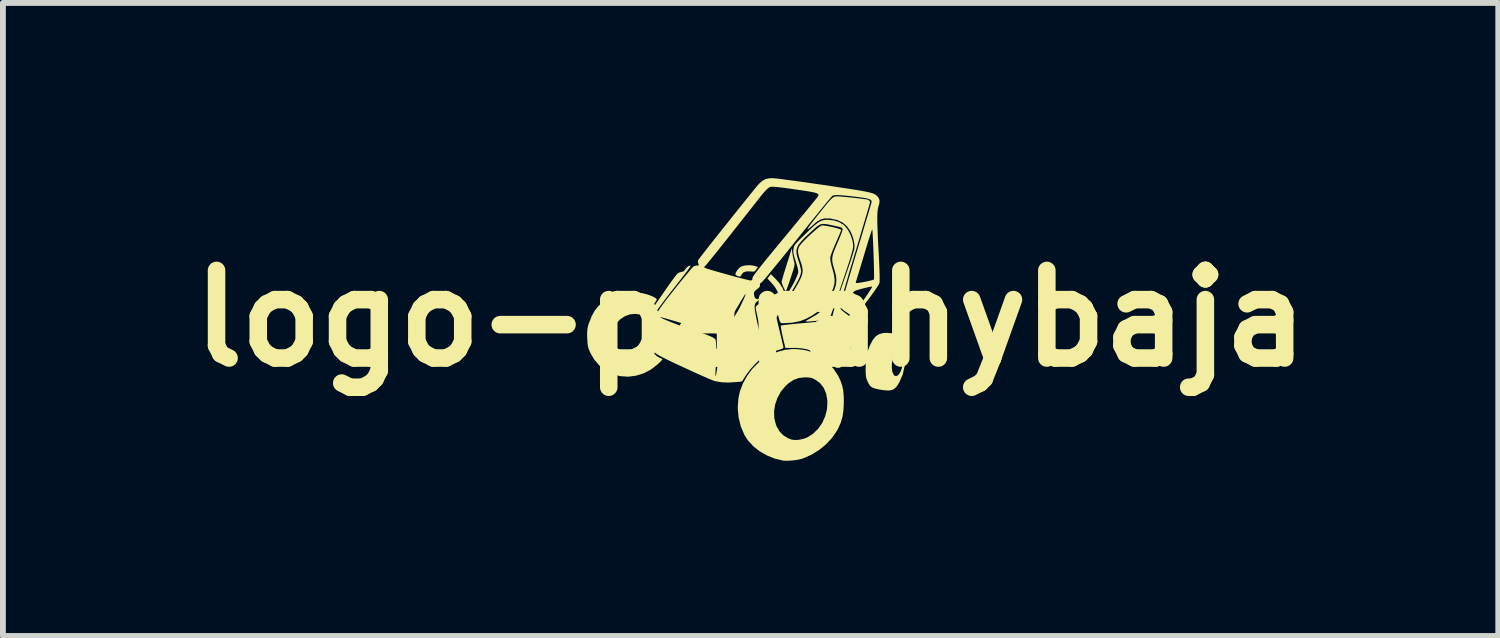
<source format=kicad_pcb>
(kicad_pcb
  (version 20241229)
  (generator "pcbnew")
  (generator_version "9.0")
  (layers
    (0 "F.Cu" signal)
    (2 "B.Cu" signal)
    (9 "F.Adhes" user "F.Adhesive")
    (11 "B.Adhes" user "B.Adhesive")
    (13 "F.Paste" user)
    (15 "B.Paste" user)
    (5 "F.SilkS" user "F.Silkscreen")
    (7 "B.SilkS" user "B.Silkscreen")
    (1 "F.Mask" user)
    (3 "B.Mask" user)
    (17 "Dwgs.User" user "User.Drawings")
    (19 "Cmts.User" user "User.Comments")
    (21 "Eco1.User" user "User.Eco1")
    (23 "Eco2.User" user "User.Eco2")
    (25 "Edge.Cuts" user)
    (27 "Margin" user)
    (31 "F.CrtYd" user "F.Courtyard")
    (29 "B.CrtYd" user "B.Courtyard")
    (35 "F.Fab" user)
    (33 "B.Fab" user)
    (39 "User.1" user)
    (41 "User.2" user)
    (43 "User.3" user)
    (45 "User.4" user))
  (footprint "logo-parahybaja"
    (layer "F.Cu")
    (at 9.8 2.401)
    (property "Reference" "logo-parahybaja" (at 0 0 0) (layer "F.SilkS") (effects (font (size 1.5 1.5) (thickness 0.3))))
    (attr board_only exclude_from_pos_files exclude_from_bom)
    (fp_poly (pts (xy 0.012 -0.909) (xy 0.07 -0.899) (xy 0.087 -0.894) (xy 0.125 -0.878) (xy 0.096 -0.837) (xy 0.077 -0.813) (xy 0.059 -0.802) (xy 0.03 -0.801) (xy -0.007 -0.805) (xy -0.076 -0.804) (xy -0.125 -0.786) (xy -0.155 -0.75) (xy -0.158 -0.741) (xy -0.17 -0.72) (xy -0.193 -0.716) (xy -0.23 -0.728) (xy -0.254 -0.744) (xy -0.261 -0.758) (xy -0.25 -0.791) (xy -0.225 -0.831) (xy -0.19 -0.867) (xy -0.162 -0.887) (xy -0.115 -0.903) (xy -0.053 -0.91)) (stroke (width 0) (type solid)) (fill yes) (layer "F.SilkS"))
    (fp_poly (pts (xy 0.421 -0.684) (xy 0.496 -0.6) (xy 0.548 -0.518) (xy 0.578 -0.439) (xy 0.584 -0.366) (xy 0.567 -0.3) (xy 0.525 -0.245) (xy 0.525 -0.244) (xy 0.483 -0.211) (xy 0.453 -0.2) (xy 0.433 -0.212) (xy 0.425 -0.228) (xy 0.414 -0.259) (xy 0.416 -0.278) (xy 0.433 -0.298) (xy 0.446 -0.31) (xy 0.473 -0.352) (xy 0.476 -0.406) (xy 0.457 -0.468) (xy 0.416 -0.538) (xy 0.357 -0.609) (xy 0.288 -0.682) (xy 0.317 -0.72) (xy 0.347 -0.757)) (stroke (width 0) (type solid)) (fill yes) (layer "F.SilkS"))
    (fp_poly (pts (xy 1.88 0.551) (xy 1.903 0.554) (xy 1.942 0.56) (xy 1.968 0.566) (xy 1.973 0.568) (xy 1.974 0.584) (xy 1.97 0.618) (xy 1.964 0.663) (xy 1.956 0.711) (xy 1.947 0.753) (xy 1.94 0.78) (xy 1.936 0.787) (xy 1.918 0.788) (xy 1.887 0.782) (xy 1.886 0.782) (xy 1.851 0.773) (xy 1.827 0.763) (xy 1.817 0.743) (xy 1.812 0.706) (xy 1.812 0.66) (xy 1.817 0.614) (xy 1.825 0.582) (xy 1.836 0.56) (xy 1.851 0.551)) (stroke (width 0) (type solid)) (fill yes) (layer "F.SilkS"))
    (fp_poly (pts (xy 0.714 -1.125) (xy 0.723 -1.067) (xy 0.736 -1.007) (xy 0.742 -0.984) (xy 0.748 -0.96) (xy 0.752 -0.938) (xy 0.751 -0.914) (xy 0.745 -0.883) (xy 0.734 -0.84) (xy 0.715 -0.782) (xy 0.689 -0.702) (xy 0.686 -0.693) (xy 0.661 -0.619) (xy 0.639 -0.556) (xy 0.621 -0.506) (xy 0.608 -0.475) (xy 0.603 -0.467) (xy 0.593 -0.478) (xy 0.576 -0.507) (xy 0.562 -0.536) (xy 0.544 -0.579) (xy 0.533 -0.614) (xy 0.531 -0.629) (xy 0.536 -0.651) (xy 0.548 -0.692) (xy 0.564 -0.748) (xy 0.581 -0.803) (xy 0.605 -0.88) (xy 0.631 -0.964) (xy 0.656 -1.041) (xy 0.667 -1.077) (xy 0.706 -1.201)) (stroke (width 0) (type solid)) (fill yes) (layer "F.SilkS"))
    (fp_poly (pts (xy 0.352 -0.3) (xy 0.37 -0.287) (xy 0.381 -0.257) (xy 0.383 -0.25) (xy 0.395 -0.206) (xy 0.41 -0.144) (xy 0.429 -0.069) (xy 0.449 0.014) (xy 0.47 0.103) (xy 0.491 0.191) (xy 0.512 0.276) (xy 0.53 0.353) (xy 0.545 0.418) (xy 0.556 0.467) (xy 0.562 0.496) (xy 0.563 0.501) (xy 0.551 0.514) (xy 0.52 0.528) (xy 0.497 0.534) (xy 0.446 0.55) (xy 0.388 0.572) (xy 0.359 0.584) (xy 0.317 0.602) (xy 0.286 0.614) (xy 0.274 0.618) (xy 0.266 0.605) (xy 0.255 0.572) (xy 0.242 0.523) (xy 0.234 0.491) (xy 0.221 0.435) (xy 0.205 0.363) (xy 0.186 0.28) (xy 0.166 0.191) (xy 0.146 0.101) (xy 0.128 0.016) (xy 0.111 -0.058) (xy 0.098 -0.118) (xy 0.09 -0.156) (xy 0.089 -0.16) (xy 0.087 -0.19) (xy 0.098 -0.213) (xy 0.126 -0.237) (xy 0.208 -0.282) (xy 0.297 -0.301) (xy 0.317 -0.302)) (stroke (width 0) (type solid)) (fill yes) (layer "F.SilkS"))
    (fp_poly (pts (xy -1.027 -0.903) (xy -1.031 -0.891) (xy -1.051 -0.861) (xy -1.085 -0.814) (xy -1.13 -0.754) (xy -1.185 -0.682) (xy -1.248 -0.602) (xy -1.293 -0.544) (xy -1.363 -0.456) (xy -1.43 -0.37) (xy -1.49 -0.291) (xy -1.541 -0.222) (xy -1.582 -0.166) (xy -1.609 -0.126) (xy -1.616 -0.113) (xy -1.655 -0.025) (xy -1.684 0.07) (xy -1.7 0.16) (xy -1.702 0.198) (xy -1.705 0.241) (xy -1.719 0.26) (xy -1.744 0.254) (xy -1.774 0.233) (xy -1.806 0.195) (xy -1.829 0.145) (xy -1.837 0.095) (xy -1.835 0.078) (xy -1.826 0.059) (xy -1.803 0.022) (xy -1.769 -0.032) (xy -1.725 -0.098) (xy -1.674 -0.174) (xy -1.618 -0.257) (xy -1.559 -0.342) (xy -1.499 -0.428) (xy -1.442 -0.511) (xy -1.388 -0.587) (xy -1.34 -0.654) (xy -1.3 -0.708) (xy -1.27 -0.746) (xy -1.254 -0.765) (xy -1.219 -0.787) (xy -1.182 -0.796) (xy -1.148 -0.805) (xy -1.121 -0.837) (xy -1.091 -0.874) (xy -1.058 -0.898) (xy -1.028 -0.903)) (stroke (width 0) (type solid)) (fill yes) (layer "F.SilkS"))
    (fp_poly (pts (xy 2.426 0.255) (xy 2.505 0.279) (xy 2.565 0.32) (xy 2.609 0.381) (xy 2.637 0.462) (xy 2.65 0.566) (xy 2.652 0.645) (xy 2.639 0.808) (xy 2.605 0.956) (xy 2.55 1.086) (xy 2.51 1.153) (xy 2.471 1.197) (xy 2.429 1.223) (xy 2.377 1.233) (xy 2.349 1.234) (xy 2.29 1.23) (xy 2.224 1.221) (xy 2.185 1.213) (xy 2.122 1.198) (xy 2.078 1.181) (xy 2.048 1.157) (xy 2.024 1.123) (xy 2.006 1.086) (xy 1.99 1.049) (xy 1.979 1.015) (xy 1.973 0.976) (xy 1.97 0.926) (xy 1.969 0.856) (xy 1.969 0.851) (xy 1.97 0.845) (xy 2.417 0.845) (xy 2.425 0.908) (xy 2.442 0.954) (xy 2.465 0.982) (xy 2.494 0.988) (xy 2.527 0.97) (xy 2.531 0.966) (xy 2.564 0.919) (xy 2.588 0.857) (xy 2.602 0.787) (xy 2.606 0.715) (xy 2.6 0.649) (xy 2.583 0.594) (xy 2.559 0.563) (xy 2.532 0.554) (xy 2.502 0.569) (xy 2.474 0.603) (xy 2.448 0.651) (xy 2.429 0.71) (xy 2.419 0.77) (xy 2.417 0.845) (xy 1.97 0.845) (xy 1.972 0.743) (xy 1.983 0.653) (xy 2.002 0.57) (xy 2.033 0.487) (xy 2.047 0.453) (xy 2.092 0.368) (xy 2.141 0.308) (xy 2.198 0.27) (xy 2.268 0.251) (xy 2.329 0.247)) (stroke (width 0) (type solid)) (fill yes) (layer "F.SilkS"))
    (fp_poly (pts (xy 1.261 -1.589) (xy 1.312 -1.581) (xy 1.37 -1.57) (xy 1.428 -1.557) (xy 1.482 -1.543) (xy 1.523 -1.53) (xy 1.547 -1.52) (xy 1.551 -1.516) (xy 1.545 -1.498) (xy 1.53 -1.459) (xy 1.508 -1.406) (xy 1.48 -1.341) (xy 1.462 -1.301) (xy 1.431 -1.228) (xy 1.403 -1.161) (xy 1.381 -1.103) (xy 1.368 -1.062) (xy 1.365 -1.049) (xy 1.364 -1.011) (xy 1.371 -0.962) (xy 1.387 -0.895) (xy 1.4 -0.851) (xy 1.426 -0.754) (xy 1.438 -0.673) (xy 1.436 -0.601) (xy 1.419 -0.529) (xy 1.387 -0.449) (xy 1.375 -0.422) (xy 1.322 -0.32) (xy 1.269 -0.238) (xy 1.211 -0.169) (xy 1.143 -0.11) (xy 1.06 -0.054) (xy 0.956 0.003) (xy 0.951 0.006) (xy 0.844 0.047) (xy 0.715 0.073) (xy 0.564 0.082) (xy 0.56 0.082) (xy 0.53 0.081) (xy 0.512 0.072) (xy 0.5 0.05) (xy 0.488 0.01) (xy 0.469 -0.06) (xy 0.459 -0.109) (xy 0.457 -0.142) (xy 0.464 -0.163) (xy 0.479 -0.177) (xy 0.489 -0.183) (xy 0.543 -0.22) (xy 0.6 -0.276) (xy 0.66 -0.353) (xy 0.726 -0.452) (xy 0.768 -0.521) (xy 0.818 -0.609) (xy 0.855 -0.68) (xy 0.878 -0.738) (xy 0.89 -0.789) (xy 0.89 -0.839) (xy 0.881 -0.892) (xy 0.862 -0.955) (xy 0.852 -0.984) (xy 0.828 -1.057) (xy 0.815 -1.112) (xy 0.811 -1.155) (xy 0.817 -1.192) (xy 0.828 -1.225) (xy 0.846 -1.252) (xy 0.879 -1.292) (xy 0.924 -1.339) (xy 0.977 -1.391) (xy 1.033 -1.444) (xy 1.089 -1.494) (xy 1.14 -1.538) (xy 1.183 -1.57) (xy 1.213 -1.589) (xy 1.223 -1.592)) (stroke (width 0) (type solid)) (fill yes) (layer "F.SilkS"))
    (fp_poly (pts (xy -1.956 -0.448) (xy -1.854 -0.432) (xy -1.788 -0.416) (xy -1.724 -0.395) (xy -1.67 -0.372) (xy -1.629 -0.35) (xy -1.608 -0.33) (xy -1.606 -0.324) (xy -1.613 -0.309) (xy -1.632 -0.277) (xy -1.66 -0.234) (xy -1.692 -0.185) (xy -1.725 -0.136) (xy -1.755 -0.092) (xy -1.779 -0.059) (xy -1.791 -0.044) (xy -1.805 -0.045) (xy -1.838 -0.053) (xy -1.874 -0.063) (xy -1.972 -0.078) (xy -2.067 -0.069) (xy -2.155 -0.036) (xy -2.234 0.016) (xy -2.299 0.086) (xy -2.348 0.172) (xy -2.378 0.27) (xy -2.385 0.324) (xy -2.38 0.433) (xy -2.352 0.529) (xy -2.302 0.61) (xy -2.23 0.676) (xy -2.179 0.705) (xy -2.089 0.736) (xy -1.997 0.74) (xy -1.905 0.718) (xy -1.815 0.669) (xy -1.764 0.629) (xy -1.686 0.559) (xy -1.645 0.608) (xy -1.609 0.643) (xy -1.568 0.669) (xy -1.557 0.674) (xy -1.526 0.688) (xy -1.51 0.7) (xy -1.509 0.701) (xy -1.519 0.714) (xy -1.544 0.741) (xy -1.581 0.776) (xy -1.598 0.792) (xy -1.709 0.877) (xy -1.833 0.941) (xy -1.964 0.981) (xy -2.099 0.998) (xy -2.233 0.988) (xy -2.237 0.988) (xy -2.366 0.951) (xy -2.484 0.891) (xy -2.588 0.808) (xy -2.676 0.705) (xy -2.741 0.595) (xy -2.763 0.545) (xy -2.778 0.505) (xy -2.787 0.464) (xy -2.793 0.415) (xy -2.796 0.349) (xy -2.797 0.337) (xy -2.799 0.266) (xy -2.797 0.213) (xy -2.792 0.169) (xy -2.782 0.126) (xy -2.768 0.082) (xy -2.722 -0.035) (xy -2.67 -0.131) (xy -2.607 -0.21) (xy -2.529 -0.277) (xy -2.43 -0.339) (xy -2.379 -0.366) (xy -2.312 -0.398) (xy -2.262 -0.421) (xy -2.222 -0.435) (xy -2.184 -0.443) (xy -2.141 -0.448) (xy -2.096 -0.45)) (stroke (width 0) (type solid)) (fill yes) (layer "F.SilkS"))
    (fp_poly (pts (xy 0.796 0.526) (xy 0.921 0.541) (xy 1.032 0.571) (xy 1.137 0.621) (xy 1.201 0.66) (xy 1.317 0.752) (xy 1.416 0.857) (xy 1.492 0.971) (xy 1.498 0.982) (xy 1.539 1.067) (xy 1.567 1.147) (xy 1.585 1.231) (xy 1.594 1.327) (xy 1.596 1.434) (xy 1.59 1.568) (xy 1.573 1.683) (xy 1.542 1.789) (xy 1.495 1.893) (xy 1.479 1.921) (xy 1.398 2.041) (xy 1.295 2.152) (xy 1.175 2.251) (xy 1.045 2.332) (xy 0.908 2.393) (xy 0.867 2.406) (xy 0.807 2.42) (xy 0.735 2.43) (xy 0.66 2.436) (xy 0.593 2.437) (xy 0.556 2.434) (xy 0.414 2.4) (xy 0.279 2.346) (xy 0.155 2.275) (xy 0.045 2.188) (xy -0.045 2.09) (xy -0.105 1.997) (xy -0.168 1.849) (xy -0.206 1.692) (xy -0.215 1.592) (xy 0.402 1.592) (xy 0.406 1.708) (xy 0.433 1.817) (xy 0.446 1.849) (xy 0.497 1.937) (xy 0.562 2.003) (xy 0.645 2.053) (xy 0.7 2.074) (xy 0.756 2.082) (xy 0.826 2.078) (xy 0.9 2.063) (xy 0.968 2.038) (xy 0.972 2.036) (xy 1.071 1.973) (xy 1.157 1.889) (xy 1.227 1.788) (xy 1.277 1.675) (xy 1.308 1.554) (xy 1.315 1.428) (xy 1.313 1.399) (xy 1.293 1.285) (xy 1.251 1.188) (xy 1.19 1.109) (xy 1.109 1.049) (xy 1.108 1.049) (xy 1.064 1.027) (xy 1.024 1.015) (xy 0.976 1.01) (xy 0.933 1.009) (xy 0.831 1.019) (xy 0.739 1.051) (xy 0.653 1.107) (xy 0.598 1.157) (xy 0.519 1.252) (xy 0.46 1.36) (xy 0.42 1.474) (xy 0.402 1.592) (xy -0.215 1.592) (xy -0.22 1.531) (xy -0.209 1.37) (xy -0.183 1.249) (xy -0.132 1.114) (xy -0.06 0.984) (xy 0.029 0.864) (xy 0.132 0.759) (xy 0.244 0.674) (xy 0.316 0.633) (xy 0.455 0.574) (xy 0.588 0.538) (xy 0.719 0.524)) (stroke (width 0) (type solid)) (fill yes) (layer "F.SilkS"))
    (fp_poly (pts (xy 1.519 -2.088) (xy 1.577 -2.083) (xy 1.647 -2.077) (xy 1.724 -2.069) (xy 1.801 -2.061) (xy 1.875 -2.052) (xy 1.938 -2.044) (xy 1.985 -2.037) (xy 2.012 -2.031) (xy 2.014 -2.03) (xy 2.038 -2.011) (xy 2.045 -1.992) (xy 2.041 -1.975) (xy 2.03 -1.934) (xy 2.012 -1.87) (xy 1.988 -1.788) (xy 1.958 -1.688) (xy 1.924 -1.574) (xy 1.886 -1.446) (xy 1.845 -1.308) (xy 1.801 -1.162) (xy 1.783 -1.103) (xy 1.734 -0.939) (xy 1.688 -0.787) (xy 1.648 -0.648) (xy 1.612 -0.524) (xy 1.581 -0.417) (xy 1.557 -0.33) (xy 1.539 -0.263) (xy 1.529 -0.218) (xy 1.526 -0.199) (xy 1.533 -0.174) (xy 1.551 -0.149) (xy 1.585 -0.119) (xy 1.623 -0.09) (xy 1.668 -0.055) (xy 1.692 -0.033) (xy 1.699 -0.019) (xy 1.691 -0.013) (xy 1.664 -0.007) (xy 1.62 -0.001) (xy 1.567 0.004) (xy 1.512 0.007) (xy 1.463 0.009) (xy 1.426 0.009) (xy 1.41 0.005) (xy 1.404 -0.005) (xy 1.402 -0.022) (xy 1.404 -0.048) (xy 1.412 -0.084) (xy 1.425 -0.133) (xy 1.444 -0.197) (xy 1.47 -0.278) (xy 1.503 -0.376) (xy 1.544 -0.496) (xy 1.593 -0.637) (xy 1.637 -0.763) (xy 1.671 -0.862) (xy 1.703 -0.955) (xy 1.731 -1.039) (xy 1.753 -1.11) (xy 1.769 -1.163) (xy 1.777 -1.195) (xy 1.777 -1.197) (xy 1.778 -1.265) (xy 1.764 -1.346) (xy 1.737 -1.43) (xy 1.705 -1.499) (xy 1.647 -1.581) (xy 1.573 -1.643) (xy 1.481 -1.685) (xy 1.37 -1.709) (xy 1.35 -1.711) (xy 1.27 -1.712) (xy 1.201 -1.695) (xy 1.137 -1.658) (xy 1.091 -1.62) (xy 1.038 -1.572) (xy 1.001 -1.541) (xy 0.98 -1.527) (xy 0.975 -1.53) (xy 0.986 -1.552) (xy 1.014 -1.592) (xy 1.06 -1.652) (xy 1.122 -1.732) (xy 1.171 -1.793) (xy 1.241 -1.881) (xy 1.296 -1.949) (xy 1.34 -2.001) (xy 1.374 -2.038) (xy 1.401 -2.063) (xy 1.424 -2.078) (xy 1.444 -2.086) (xy 1.464 -2.089) (xy 1.478 -2.089)) (stroke (width 0) (type solid)) (fill yes) (layer "F.SilkS"))
    (fp_poly (pts (xy 1.421 -1.678) (xy 1.513 -1.649) (xy 1.59 -1.603) (xy 1.615 -1.581) (xy 1.666 -1.516) (xy 1.71 -1.433) (xy 1.741 -1.344) (xy 1.754 -1.266) (xy 1.755 -1.245) (xy 1.754 -1.223) (xy 1.751 -1.197) (xy 1.745 -1.166) (xy 1.735 -1.127) (xy 1.72 -1.076) (xy 1.701 -1.012) (xy 1.675 -0.932) (xy 1.642 -0.833) (xy 1.602 -0.713) (xy 1.564 -0.601) (xy 1.523 -0.48) (xy 1.484 -0.366) (xy 1.448 -0.263) (xy 1.416 -0.173) (xy 1.389 -0.099) (xy 1.368 -0.043) (xy 1.354 -0.009) (xy 1.349 0.001) (xy 1.332 0.012) (xy 1.298 0.022) (xy 1.244 0.03) (xy 1.166 0.038) (xy 1.156 0.039) (xy 1.07 0.047) (xy 1.008 0.052) (xy 0.969 0.054) (xy 0.948 0.052) (xy 0.944 0.047) (xy 0.953 0.039) (xy 0.974 0.026) (xy 0.978 0.024) (xy 1.017 0.001) (xy 1.068 -0.029) (xy 1.114 -0.055) (xy 1.178 -0.099) (xy 1.237 -0.155) (xy 1.293 -0.228) (xy 1.35 -0.321) (xy 1.389 -0.395) (xy 1.433 -0.489) (xy 1.459 -0.57) (xy 1.469 -0.646) (xy 1.463 -0.723) (xy 1.442 -0.809) (xy 1.433 -0.838) (xy 1.413 -0.907) (xy 1.4 -0.964) (xy 1.397 -1.017) (xy 1.403 -1.07) (xy 1.42 -1.131) (xy 1.448 -1.203) (xy 1.488 -1.295) (xy 1.488 -1.295) (xy 1.519 -1.366) (xy 1.544 -1.43) (xy 1.564 -1.482) (xy 1.574 -1.517) (xy 1.575 -1.529) (xy 1.57 -1.542) (xy 1.556 -1.553) (xy 1.528 -1.564) (xy 1.481 -1.576) (xy 1.427 -1.588) (xy 1.349 -1.604) (xy 1.289 -1.615) (xy 1.242 -1.618) (xy 1.203 -1.612) (xy 1.165 -1.595) (xy 1.124 -1.564) (xy 1.073 -1.52) (xy 1.008 -1.459) (xy 1.003 -1.454) (xy 0.923 -1.378) (xy 0.863 -1.314) (xy 0.82 -1.26) (xy 0.795 -1.21) (xy 0.784 -1.16) (xy 0.786 -1.107) (xy 0.8 -1.045) (xy 0.824 -0.975) (xy 0.842 -0.916) (xy 0.857 -0.859) (xy 0.864 -0.816) (xy 0.865 -0.806) (xy 0.859 -0.766) (xy 0.842 -0.714) (xy 0.811 -0.648) (xy 0.766 -0.566) (xy 0.706 -0.465) (xy 0.695 -0.446) (xy 0.658 -0.388) (xy 0.633 -0.351) (xy 0.617 -0.333) (xy 0.609 -0.333) (xy 0.606 -0.341) (xy 0.612 -0.371) (xy 0.633 -0.419) (xy 0.669 -0.483) (xy 0.671 -0.487) (xy 0.725 -0.58) (xy 0.769 -0.666) (xy 0.801 -0.741) (xy 0.815 -0.786) (xy 0.815 -0.818) (xy 0.805 -0.871) (xy 0.783 -0.945) (xy 0.775 -0.97) (xy 0.752 -1.04) (xy 0.739 -1.092) (xy 0.732 -1.132) (xy 0.732 -1.169) (xy 0.734 -1.186) (xy 0.738 -1.212) (xy 0.744 -1.233) (xy 0.756 -1.255) (xy 0.775 -1.281) (xy 0.806 -1.315) (xy 0.849 -1.359) (xy 0.91 -1.419) (xy 0.924 -1.432) (xy 1.005 -1.51) (xy 1.07 -1.571) (xy 1.123 -1.616) (xy 1.167 -1.648) (xy 1.206 -1.669) (xy 1.243 -1.681) (xy 1.281 -1.687) (xy 1.32 -1.688)) (stroke (width 0) (type solid)) (fill yes) (layer "F.SilkS"))
    (fp_poly (pts (xy 0.399 -2.399) (xy 0.452 -2.394) (xy 0.527 -2.385) (xy 0.621 -2.372) (xy 0.731 -2.358) (xy 0.855 -2.341) (xy 0.99 -2.322) (xy 1.133 -2.301) (xy 1.252 -2.284) (xy 1.427 -2.258) (xy 1.577 -2.235) (xy 1.704 -2.216) (xy 1.81 -2.199) (xy 1.898 -2.184) (xy 1.969 -2.171) (xy 2.025 -2.159) (xy 2.069 -2.147) (xy 2.103 -2.136) (xy 2.128 -2.124) (xy 2.148 -2.112) (xy 2.163 -2.098) (xy 2.177 -2.082) (xy 2.181 -2.077) (xy 2.2 -2.046) (xy 2.208 -2.012) (xy 2.203 -1.968) (xy 2.188 -1.914) (xy 2.18 -1.884) (xy 2.175 -1.848) (xy 2.171 -1.802) (xy 2.169 -1.744) (xy 2.169 -1.673) (xy 2.171 -1.585) (xy 2.175 -1.479) (xy 2.18 -1.351) (xy 2.188 -1.2) (xy 2.194 -1.098) (xy 2.201 -0.952) (xy 2.206 -0.83) (xy 2.209 -0.733) (xy 2.209 -0.662) (xy 2.208 -0.617) (xy 2.205 -0.605) (xy 2.193 -0.578) (xy 2.164 -0.533) (xy 2.122 -0.471) (xy 2.067 -0.395) (xy 2.002 -0.308) (xy 1.929 -0.211) (xy 1.865 -0.129) (xy 1.861 -0.107) (xy 1.868 -0.074) (xy 1.871 -0.06) (xy 1.871 -0.04) (xy 1.868 -0.013) (xy 1.859 0.025) (xy 1.845 0.078) (xy 1.824 0.147) (xy 1.796 0.237) (xy 1.763 0.343) (xy 1.731 0.442) (xy 1.701 0.535) (xy 1.673 0.617) (xy 1.649 0.685) (xy 1.63 0.735) (xy 1.618 0.763) (xy 1.616 0.765) (xy 1.574 0.817) (xy 1.525 0.844) (xy 1.473 0.846) (xy 1.424 0.823) (xy 1.399 0.8) (xy 1.298 0.704) (xy 1.181 0.622) (xy 1.054 0.559) (xy 0.961 0.528) (xy 0.885 0.514) (xy 0.792 0.506) (xy 0.733 0.505) (xy 0.595 0.505) (xy 0.551 0.319) (xy 0.536 0.251) (xy 0.525 0.192) (xy 0.518 0.149) (xy 0.517 0.126) (xy 0.518 0.123) (xy 0.528 0.12) (xy 0.551 0.116) (xy 0.59 0.111) (xy 0.646 0.105) (xy 0.721 0.097) (xy 0.815 0.088) (xy 0.932 0.078) (xy 1.071 0.065) (xy 1.235 0.051) (xy 1.364 0.04) (xy 1.479 0.03) (xy 1.569 0.021) (xy 1.637 0.012) (xy 1.686 0.004) (xy 1.718 -0.004) (xy 1.736 -0.013) (xy 1.743 -0.024) (xy 1.743 -0.026) (xy 1.732 -0.038) (xy 1.704 -0.061) (xy 1.663 -0.09) (xy 1.647 -0.101) (xy 1.599 -0.133) (xy 1.571 -0.157) (xy 1.556 -0.177) (xy 1.551 -0.198) (xy 1.551 -0.212) (xy 1.555 -0.233) (xy 1.562 -0.261) (xy 1.703 -0.261) (xy 1.708 -0.226) (xy 1.725 -0.2) (xy 1.753 -0.176) (xy 1.788 -0.154) (xy 1.81 -0.149) (xy 1.82 -0.155) (xy 1.833 -0.172) (xy 1.858 -0.207) (xy 1.893 -0.256) (xy 1.934 -0.315) (xy 1.962 -0.355) (xy 2.004 -0.416) (xy 2.039 -0.47) (xy 2.065 -0.512) (xy 2.08 -0.538) (xy 2.082 -0.544) (xy 2.066 -0.544) (xy 2.031 -0.538) (xy 1.982 -0.527) (xy 1.96 -0.522) (xy 1.884 -0.502) (xy 1.829 -0.487) (xy 1.792 -0.474) (xy 1.768 -0.459) (xy 1.753 -0.44) (xy 1.742 -0.415) (xy 1.731 -0.379) (xy 1.729 -0.375) (xy 1.71 -0.308) (xy 1.703 -0.261) (xy 1.562 -0.261) (xy 1.566 -0.278) (xy 1.584 -0.344) (xy 1.608 -0.43) (xy 1.637 -0.533) (xy 1.66 -0.612) (xy 1.801 -0.612) (xy 1.809 -0.606) (xy 1.832 -0.606) (xy 1.871 -0.611) (xy 1.932 -0.622) (xy 1.973 -0.63) (xy 2.03 -0.642) (xy 2.076 -0.654) (xy 2.105 -0.663) (xy 2.112 -0.667) (xy 2.113 -0.682) (xy 2.114 -0.721) (xy 2.113 -0.779) (xy 2.112 -0.853) (xy 2.11 -0.937) (xy 2.107 -1.029) (xy 2.104 -1.123) (xy 2.1 -1.216) (xy 2.097 -1.304) (xy 2.093 -1.383) (xy 2.089 -1.449) (xy 2.086 -1.497) (xy 2.083 -1.523) (xy 2.082 -1.526) (xy 2.078 -1.517) (xy 2.066 -1.484) (xy 2.048 -1.431) (xy 2.026 -1.36) (xy 1.999 -1.274) (xy 1.969 -1.176) (xy 1.944 -1.09) (xy 1.912 -0.984) (xy 1.882 -0.885) (xy 1.855 -0.797) (xy 1.833 -0.724) (xy 1.816 -0.668) (xy 1.805 -0.633) (xy 1.802 -0.623) (xy 1.801 -0.612) (xy 1.66 -0.612) (xy 1.671 -0.65) (xy 1.71 -0.779) (xy 1.751 -0.919) (xy 1.795 -1.066) (xy 1.811 -1.119) (xy 1.856 -1.267) (xy 1.899 -1.408) (xy 1.938 -1.539) (xy 1.973 -1.658) (xy 2.005 -1.762) (xy 2.031 -1.85) (xy 2.051 -1.919) (xy 2.065 -1.968) (xy 2.071 -1.993) (xy 2.072 -1.996) (xy 2.068 -2.015) (xy 2.054 -2.031) (xy 2.026 -2.044) (xy 1.982 -2.056) (xy 1.918 -2.067) (xy 1.832 -2.079) (xy 1.777 -2.085) (xy 1.67 -2.097) (xy 1.587 -2.105) (xy 1.524 -2.11) (xy 1.477 -2.112) (xy 1.444 -2.11) (xy 1.42 -2.106) (xy 1.401 -2.098) (xy 1.398 -2.096) (xy 1.385 -2.083) (xy 1.356 -2.049) (xy 1.313 -1.998) (xy 1.258 -1.931) (xy 1.192 -1.85) (xy 1.116 -1.756) (xy 1.031 -1.652) (xy 0.941 -1.538) (xy 0.845 -1.418) (xy 0.798 -1.359) (xy 0.7 -1.236) (xy 0.606 -1.119) (xy 0.518 -1.01) (xy 0.437 -0.911) (xy 0.365 -0.823) (xy 0.303 -0.748) (xy 0.253 -0.688) (xy 0.216 -0.646) (xy 0.194 -0.622) (xy 0.189 -0.618) (xy 0.162 -0.596) (xy 0.159 -0.57) (xy 0.159 -0.569) (xy 0.158 -0.546) (xy 0.139 -0.523) (xy 0.111 -0.501) (xy 0.071 -0.467) (xy 0.055 -0.43) (xy 0.062 -0.384) (xy 0.068 -0.365) (xy 0.088 -0.337) (xy 0.12 -0.329) (xy 0.158 -0.328) (xy 0.121 -0.298) (xy 0.101 -0.281) (xy 0.086 -0.264) (xy 0.075 -0.243) (xy 0.07 -0.217) (xy 0.069 -0.182) (xy 0.074 -0.135) (xy 0.085 -0.073) (xy 0.1 0.007) (xy 0.122 0.108) (xy 0.145 0.214) (xy 0.167 0.316) (xy 0.188 0.41) (xy 0.207 0.491) (xy 0.222 0.557) (xy 0.233 0.604) (xy 0.239 0.629) (xy 0.24 0.631) (xy 0.234 0.644) (xy 0.21 0.666) (xy 0.193 0.679) (xy 0.133 0.727) (xy 0.067 0.792) (xy 0.001 0.866) (xy -0.059 0.943) (xy -0.086 0.983) (xy -0.148 1.08) (xy -0.234 1.089) (xy -0.378 1.098) (xy -0.502 1.093) (xy -0.607 1.074) (xy -0.638 1.064) (xy -0.673 1.05) (xy -0.73 1.027) (xy -0.804 0.994) (xy -0.892 0.955) (xy -0.99 0.911) (xy -1.094 0.863) (xy -1.172 0.827) (xy -1.299 0.768) (xy -1.403 0.718) (xy -1.486 0.677) (xy -1.549 0.645) (xy -1.594 0.619) (xy -1.623 0.6) (xy -1.639 0.585) (xy -1.649 0.568) (xy -1.657 0.548) (xy -1.663 0.52) (xy -1.667 0.479) (xy -1.669 0.421) (xy -1.671 0.341) (xy -1.672 0.324) (xy -1.673 0.244) (xy -1.672 0.175) (xy -1.668 0.113) (xy -1.659 0.057) (xy -1.644 0.003) (xy -1.633 -0.023) (xy -1.546 -0.023) (xy -1.538 -0.014) (xy -1.508 0.002) (xy -1.46 0.024) (xy -1.396 0.051) (xy -1.322 0.08) (xy -1.239 0.111) (xy -1.153 0.142) (xy -1.083 0.166) (xy -0.952 0.209) (xy -0.846 0.246) (xy -0.762 0.276) (xy -0.698 0.302) (xy -0.652 0.323) (xy -0.621 0.341) (xy -0.605 0.356) (xy -0.602 0.36) (xy -0.596 0.386) (xy -0.591 0.435) (xy -0.589 0.502) (xy -0.588 0.582) (xy -0.589 0.671) (xy -0.593 0.764) (xy -0.598 0.857) (xy -0.599 0.871) (xy -0.602 0.935) (xy -0.603 0.973) (xy -0.6 0.987) (xy -0.595 0.977) (xy -0.587 0.944) (xy -0.578 0.891) (xy -0.567 0.818) (xy -0.554 0.727) (xy -0.548 0.673) (xy -0.534 0.565) (xy -0.521 0.478) (xy -0.508 0.408) (xy -0.493 0.35) (xy -0.474 0.297) (xy -0.45 0.246) (xy -0.418 0.191) (xy -0.377 0.127) (xy -0.356 0.094) (xy -0.314 0.029) (xy -0.272 -0.038) (xy -0.236 -0.098) (xy -0.212 -0.138) (xy -0.184 -0.19) (xy -0.156 -0.248) (xy -0.129 -0.304) (xy -0.107 -0.355) (xy -0.091 -0.395) (xy -0.086 -0.417) (xy -0.086 -0.42) (xy -0.095 -0.411) (xy -0.114 -0.382) (xy -0.142 -0.337) (xy -0.176 -0.281) (xy -0.19 -0.255) (xy -0.239 -0.172) (xy -0.29 -0.088) (xy -0.34 -0.007) (xy -0.389 0.068) (xy -0.432 0.133) (xy -0.468 0.185) (xy -0.494 0.219) (xy -0.505 0.23) (xy -0.52 0.239) (xy -0.54 0.245) (xy -0.567 0.246) (xy -0.604 0.242) (xy -0.651 0.234) (xy -0.713 0.219) (xy -0.791 0.198) (xy -0.888 0.17) (xy -1.005 0.136) (xy -1.146 0.093) (xy -1.184 0.081) (xy -1.278 0.052) (xy -1.363 0.027) (xy -1.436 0.006) (xy -1.493 -0.01) (xy -1.53 -0.02) (xy -1.546 -0.023) (xy -1.546 -0.023) (xy -1.633 -0.023) (xy -1.621 -0.052) (xy -1.59 -0.111) (xy -1.548 -0.177) (xy -1.494 -0.252) (xy -1.427 -0.341) (xy -1.345 -0.445) (xy -1.259 -0.553) (xy -1.193 -0.635) (xy -1.132 -0.71) (xy -1.077 -0.776) (xy -1.032 -0.83) (xy -0.998 -0.869) (xy -0.988 -0.879) (xy -0.796 -0.879) (xy -0.793 -0.873) (xy -0.783 -0.867) (xy -0.763 -0.858) (xy -0.731 -0.847) (xy -0.685 -0.833) (xy -0.621 -0.814) (xy -0.539 -0.79) (xy -0.434 -0.761) (xy -0.316 -0.728) (xy -0.229 -0.704) (xy -0.149 -0.684) (xy -0.082 -0.667) (xy -0.03 -0.655) (xy 0.001 -0.649) (xy 0.007 -0.649) (xy 0.027 -0.659) (xy 0.031 -0.686) (xy 0.031 -0.686) (xy 0.033 -0.697) (xy 0.042 -0.715) (xy 0.06 -0.743) (xy 0.087 -0.78) (xy 0.124 -0.829) (xy 0.173 -0.891) (xy 0.234 -0.968) (xy 0.309 -1.06) (xy 0.399 -1.17) (xy 0.505 -1.298) (xy 0.578 -1.386) (xy 0.675 -1.503) (xy 0.767 -1.615) (xy 0.853 -1.72) (xy 0.932 -1.815) (xy 1 -1.898) (xy 1.058 -1.969) (xy 1.103 -2.024) (xy 1.134 -2.062) (xy 1.149 -2.082) (xy 1.15 -2.083) (xy 1.16 -2.101) (xy 1.162 -2.116) (xy 1.155 -2.129) (xy 1.135 -2.141) (xy 1.101 -2.153) (xy 1.049 -2.164) (xy 0.978 -2.177) (xy 0.884 -2.191) (xy 0.767 -2.208) (xy 0.753 -2.21) (xy 0.636 -2.227) (xy 0.543 -2.239) (xy 0.471 -2.247) (xy 0.417 -2.252) (xy 0.378 -2.254) (xy 0.351 -2.253) (xy 0.332 -2.249) (xy 0.302 -2.232) (xy 0.265 -2.199) (xy 0.217 -2.145) (xy 0.188 -2.109) (xy 0.159 -2.073) (xy 0.116 -2.018) (xy 0.06 -1.947) (xy -0.007 -1.862) (xy -0.082 -1.767) (xy -0.164 -1.663) (xy -0.249 -1.555) (xy -0.337 -1.443) (xy -0.342 -1.437) (xy -0.426 -1.331) (xy -0.505 -1.232) (xy -0.577 -1.141) (xy -0.642 -1.062) (xy -0.696 -0.995) (xy -0.739 -0.943) (xy -0.768 -0.908) (xy -0.783 -0.893) (xy -0.784 -0.892) (xy -0.796 -0.882) (xy -0.796 -0.879) (xy -0.988 -0.879) (xy -0.977 -0.889) (xy -0.974 -0.892) (xy -0.94 -0.903) (xy -0.914 -0.906) (xy -0.89 -0.908) (xy -0.887 -0.92) (xy -0.895 -0.941) (xy -0.904 -0.974) (xy -0.894 -1.004) (xy -0.893 -1.005) (xy -0.879 -1.024) (xy -0.85 -1.062) (xy -0.808 -1.116) (xy -0.754 -1.185) (xy -0.691 -1.266) (xy -0.619 -1.356) (xy -0.542 -1.453) (xy -0.461 -1.555) (xy -0.378 -1.659) (xy -0.295 -1.763) (xy -0.214 -1.864) (xy -0.137 -1.961) (xy -0.065 -2.05) (xy -0.000446 -2.13) (xy 0.055 -2.198) (xy 0.098 -2.251) (xy 0.129 -2.287) (xy 0.143 -2.303) (xy 0.2 -2.355) (xy 0.258 -2.386) (xy 0.326 -2.4) (xy 0.371 -2.401)) (stroke (width 0) (type solid)) (fill yes) (layer "F.SilkS")))
  (gr_rect
    (start -3 -3)
    (end 22.6 7.838)
    (stroke (width 0.1) (type default))
    (fill no)
    (layer "Edge.Cuts")))
</source>
